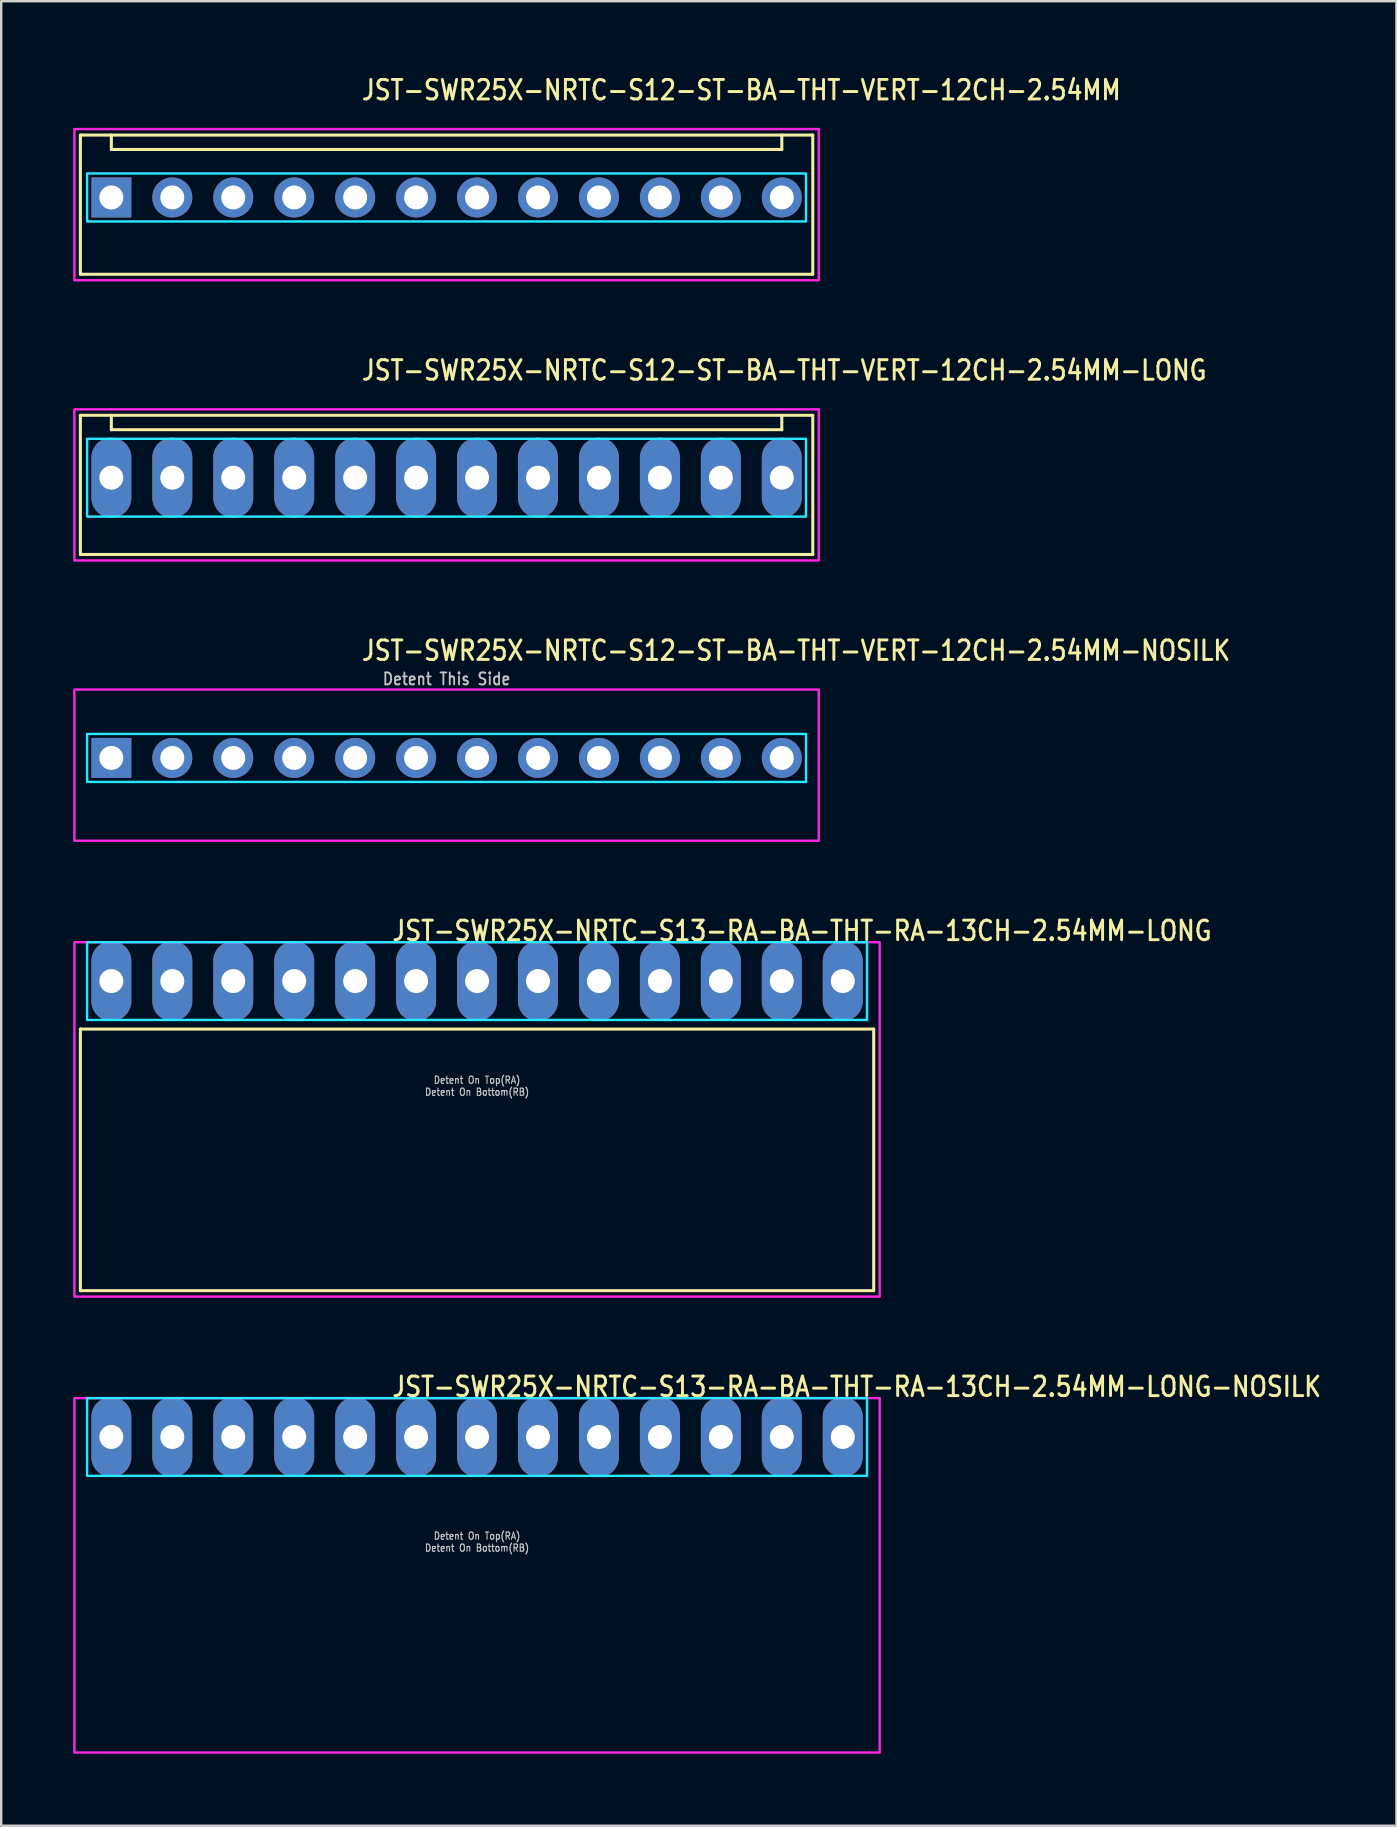
<source format=kicad_pcb>
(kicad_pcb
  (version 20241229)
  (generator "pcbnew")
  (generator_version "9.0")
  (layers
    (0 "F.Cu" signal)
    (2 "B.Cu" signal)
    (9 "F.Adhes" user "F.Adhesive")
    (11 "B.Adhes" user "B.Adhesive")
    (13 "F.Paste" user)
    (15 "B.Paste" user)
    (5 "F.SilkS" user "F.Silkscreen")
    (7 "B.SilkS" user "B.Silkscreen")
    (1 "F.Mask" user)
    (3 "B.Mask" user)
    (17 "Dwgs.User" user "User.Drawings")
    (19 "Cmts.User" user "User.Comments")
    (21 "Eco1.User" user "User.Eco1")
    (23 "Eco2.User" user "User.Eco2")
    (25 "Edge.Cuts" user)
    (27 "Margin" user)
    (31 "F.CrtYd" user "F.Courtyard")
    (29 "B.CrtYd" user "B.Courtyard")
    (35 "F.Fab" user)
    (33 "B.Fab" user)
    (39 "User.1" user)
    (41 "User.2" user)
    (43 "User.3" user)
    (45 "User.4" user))
  (footprint "JST-SWR25X-NRTC-S12-ST-BA-THT-VERT-12CH-2.54MM"
    (layer "F.Cu")
    (at 15.56 5.179)
    (property "Reference" "JST-SWR25X-NRTC-S12-ST-BA-THT-VERT-12CH-2.54MM" (at -3.6 -4 0) (unlocked yes) (layer "F.SilkS") (effects (font (size 0.813 0.695) (thickness 0.122)) (justify left bottom)))
    (fp_line (start -15.26 -2.6) (end 15.26 -2.6) (stroke (width 0.127) (type solid)) (layer "F.SilkS"))
    (fp_line (start -15.26 3.2) (end -15.26 -2.6) (stroke (width 0.127) (type solid)) (layer "F.SilkS"))
    (fp_line (start -15.26 3.2) (end 15.26 3.2) (stroke (width 0.127) (type solid)) (layer "F.SilkS"))
    (fp_line (start -13.97 -2.6) (end -13.97 -2) (stroke (width 0.127) (type solid)) (layer "F.SilkS"))
    (fp_line (start -13.97 -2) (end 13.97 -2) (stroke (width 0.127) (type solid)) (layer "F.SilkS"))
    (fp_line (start 13.97 -2.6) (end 13.97 -2) (stroke (width 0.127) (type solid)) (layer "F.SilkS"))
    (fp_line (start 15.26 -2.6) (end 15.26 3.2) (stroke (width 0.127) (type solid)) (layer "F.SilkS"))
    (fp_poly (pts (xy -14.98 -1) (xy -14.98 1) (xy 14.98 1) (xy 14.98 -1)) (stroke (width 0.1) (type solid)) (fill no) (layer "B.CrtYd"))
    (fp_poly (pts (xy -15.51 -2.85) (xy -15.51 3.45) (xy 15.51 3.45) (xy 15.51 -2.85)) (stroke (width 0.1) (type solid)) (fill no) (layer "F.CrtYd"))
    (pad "P$1" thru_hole rect (at -13.97 0) (size 1.667 1.667) (drill 1) (layers "*.Cu" "*.Mask"))
    (pad "P$2" thru_hole oval (at -11.43 0) (size 1.667 1.667) (drill 1) (layers "*.Cu" "*.Mask"))
    (pad "P$3" thru_hole oval (at -8.89 0) (size 1.667 1.667) (drill 1) (layers "*.Cu" "*.Mask"))
    (pad "P$4" thru_hole oval (at -6.35 0) (size 1.667 1.667) (drill 1) (layers "*.Cu" "*.Mask"))
    (pad "P$5" thru_hole oval (at -3.81 0) (size 1.667 1.667) (drill 1) (layers "*.Cu" "*.Mask"))
    (pad "P$6" thru_hole oval (at -1.27 0) (size 1.667 1.667) (drill 1) (layers "*.Cu" "*.Mask"))
    (pad "P$7" thru_hole oval (at 1.27 0) (size 1.667 1.667) (drill 1) (layers "*.Cu" "*.Mask"))
    (pad "P$8" thru_hole oval (at 3.81 0) (size 1.667 1.667) (drill 1) (layers "*.Cu" "*.Mask"))
    (pad "P$9" thru_hole oval (at 6.35 0) (size 1.667 1.667) (drill 1) (layers "*.Cu" "*.Mask"))
    (pad "P$10" thru_hole oval (at 8.89 0) (size 1.667 1.667) (drill 1) (layers "*.Cu" "*.Mask"))
    (pad "P$11" thru_hole oval (at 11.43 0) (size 1.667 1.667) (drill 1) (layers "*.Cu" "*.Mask"))
    (pad "P$12" thru_hole oval (at 13.97 0) (size 1.667 1.667) (drill 1) (layers "*.Cu" "*.Mask")))
  (footprint "JST-SWR25X-NRTC-S13-RA-BA-THT-RA-13CH-2.54MM-LONG-NOSILK"
    (layer "F.Cu")
    (at 16.83 56.833)
    (property "Reference" "JST-SWR25X-NRTC-S13-RA-BA-THT-RA-13CH-2.54MM-LONG-NOSILK" (at -3.6 -1.62 0) (unlocked yes) (layer "F.SilkS") (effects (font (size 0.813 0.695) (thickness 0.122)) (justify left bottom)))
    (fp_poly (pts (xy -16.25 -1.62) (xy -16.25 1.62) (xy 16.25 1.62) (xy 16.25 -1.62)) (stroke (width 0.1) (type solid)) (fill no) (layer "B.CrtYd"))
    (fp_poly (pts (xy -16.78 -1.62) (xy -16.78 13.15) (xy 16.78 13.15) (xy 16.78 -1.62)) (stroke (width 0.1) (type solid)) (fill no) (layer "F.CrtYd"))
    (fp_text user "Detent On Bottom(RB)" (at 0 4.8 0) (unlocked yes) (layer "Dwgs.User") (effects (font (size 0.3 0.257) (thickness 0.045)) (justify bottom)))
    (fp_text user "Detent On Top(RA)" (at 0 4.3 0) (unlocked yes) (layer "Dwgs.User") (effects (font (size 0.3 0.257) (thickness 0.045)) (justify bottom)))
    (pad "P$1" thru_hole oval (at -15.24 0 90) (size 3.333 1.667) (drill 1) (layers "*.Cu" "*.Mask"))
    (pad "P$2" thru_hole oval (at -12.7 0 90) (size 3.333 1.667) (drill 1) (layers "*.Cu" "*.Mask"))
    (pad "P$3" thru_hole oval (at -10.16 0 90) (size 3.333 1.667) (drill 1) (layers "*.Cu" "*.Mask"))
    (pad "P$4" thru_hole oval (at -7.62 0 90) (size 3.333 1.667) (drill 1) (layers "*.Cu" "*.Mask"))
    (pad "P$5" thru_hole oval (at -5.08 0 90) (size 3.333 1.667) (drill 1) (layers "*.Cu" "*.Mask"))
    (pad "P$6" thru_hole oval (at -2.54 0 90) (size 3.333 1.667) (drill 1) (layers "*.Cu" "*.Mask"))
    (pad "P$7" thru_hole oval (at 0 0 90) (size 3.333 1.667) (drill 1) (layers "*.Cu" "*.Mask"))
    (pad "P$8" thru_hole oval (at 2.54 0 90) (size 3.333 1.667) (drill 1) (layers "*.Cu" "*.Mask"))
    (pad "P$9" thru_hole oval (at 5.08 0 90) (size 3.333 1.667) (drill 1) (layers "*.Cu" "*.Mask"))
    (pad "P$10" thru_hole oval (at 7.62 0 90) (size 3.333 1.667) (drill 1) (layers "*.Cu" "*.Mask"))
    (pad "P$11" thru_hole oval (at 10.16 0 90) (size 3.333 1.667) (drill 1) (layers "*.Cu" "*.Mask"))
    (pad "P$12" thru_hole oval (at 12.7 0 90) (size 3.333 1.667) (drill 1) (layers "*.Cu" "*.Mask"))
    (pad "P$13" thru_hole oval (at 15.24 0 90) (size 3.333 1.667) (drill 1) (layers "*.Cu" "*.Mask")))
  (footprint "JST-SWR25X-NRTC-S12-ST-BA-THT-VERT-12CH-2.54MM-LONG"
    (layer "F.Cu")
    (at 15.56 16.857)
    (property "Reference" "JST-SWR25X-NRTC-S12-ST-BA-THT-VERT-12CH-2.54MM-LONG" (at -3.6 -4 0) (unlocked yes) (layer "F.SilkS") (effects (font (size 0.813 0.695) (thickness 0.122)) (justify left bottom)))
    (fp_line (start -15.26 -2.6) (end 15.26 -2.6) (stroke (width 0.127) (type solid)) (layer "F.SilkS"))
    (fp_line (start -15.26 3.2) (end -15.26 -2.6) (stroke (width 0.127) (type solid)) (layer "F.SilkS"))
    (fp_line (start -15.26 3.2) (end 15.26 3.2) (stroke (width 0.127) (type solid)) (layer "F.SilkS"))
    (fp_line (start -13.97 -2.6) (end -13.97 -2) (stroke (width 0.127) (type solid)) (layer "F.SilkS"))
    (fp_line (start -13.97 -2) (end 13.97 -2) (stroke (width 0.127) (type solid)) (layer "F.SilkS"))
    (fp_line (start 13.97 -2.6) (end 13.97 -2) (stroke (width 0.127) (type solid)) (layer "F.SilkS"))
    (fp_line (start 15.26 -2.6) (end 15.26 3.2) (stroke (width 0.127) (type solid)) (layer "F.SilkS"))
    (fp_poly (pts (xy -14.98 -1.62) (xy -14.98 1.62) (xy 14.98 1.62) (xy 14.98 -1.62)) (stroke (width 0.1) (type solid)) (fill no) (layer "B.CrtYd"))
    (fp_poly (pts (xy -15.51 -2.85) (xy -15.51 3.45) (xy 15.51 3.45) (xy 15.51 -2.85)) (stroke (width 0.1) (type solid)) (fill no) (layer "F.CrtYd"))
    (pad "P$1" thru_hole oval (at -13.97 0 90) (size 3.333 1.667) (drill 1) (layers "*.Cu" "*.Mask"))
    (pad "P$2" thru_hole oval (at -11.43 0 90) (size 3.333 1.667) (drill 1) (layers "*.Cu" "*.Mask"))
    (pad "P$3" thru_hole oval (at -8.89 0 90) (size 3.333 1.667) (drill 1) (layers "*.Cu" "*.Mask"))
    (pad "P$4" thru_hole oval (at -6.35 0 90) (size 3.333 1.667) (drill 1) (layers "*.Cu" "*.Mask"))
    (pad "P$5" thru_hole oval (at -3.81 0 90) (size 3.333 1.667) (drill 1) (layers "*.Cu" "*.Mask"))
    (pad "P$6" thru_hole oval (at -1.27 0 90) (size 3.333 1.667) (drill 1) (layers "*.Cu" "*.Mask"))
    (pad "P$7" thru_hole oval (at 1.27 0 90) (size 3.333 1.667) (drill 1) (layers "*.Cu" "*.Mask"))
    (pad "P$8" thru_hole oval (at 3.81 0 90) (size 3.333 1.667) (drill 1) (layers "*.Cu" "*.Mask"))
    (pad "P$9" thru_hole oval (at 6.35 0 90) (size 3.333 1.667) (drill 1) (layers "*.Cu" "*.Mask"))
    (pad "P$10" thru_hole oval (at 8.89 0 90) (size 3.333 1.667) (drill 1) (layers "*.Cu" "*.Mask"))
    (pad "P$11" thru_hole oval (at 11.43 0 90) (size 3.333 1.667) (drill 1) (layers "*.Cu" "*.Mask"))
    (pad "P$12" thru_hole oval (at 13.97 0 90) (size 3.333 1.667) (drill 1) (layers "*.Cu" "*.Mask")))
  (footprint "JST-SWR25X-NRTC-S12-ST-BA-THT-VERT-12CH-2.54MM-NOSILK"
    (layer "F.Cu")
    (at 15.56 28.536)
    (property "Reference" "JST-SWR25X-NRTC-S12-ST-BA-THT-VERT-12CH-2.54MM-NOSILK" (at -3.6 -4 0) (unlocked yes) (layer "F.SilkS") (effects (font (size 0.813 0.695) (thickness 0.122)) (justify left bottom)))
    (fp_poly (pts (xy -14.98 -1) (xy -14.98 1) (xy 14.98 1) (xy 14.98 -1)) (stroke (width 0.1) (type solid)) (fill no) (layer "B.CrtYd"))
    (fp_poly (pts (xy -15.51 -2.85) (xy -15.51 3.45) (xy 15.51 3.45) (xy 15.51 -2.85)) (stroke (width 0.1) (type solid)) (fill no) (layer "F.CrtYd"))
    (fp_text user "Detent This Side" (at 0 -3 0) (unlocked yes) (layer "Dwgs.User") (effects (font (size 0.5 0.427) (thickness 0.075)) (justify bottom)))
    (pad "P$1" thru_hole rect (at -13.97 0) (size 1.667 1.667) (drill 1) (layers "*.Cu" "*.Mask"))
    (pad "P$2" thru_hole oval (at -11.43 0) (size 1.667 1.667) (drill 1) (layers "*.Cu" "*.Mask"))
    (pad "P$3" thru_hole oval (at -8.89 0) (size 1.667 1.667) (drill 1) (layers "*.Cu" "*.Mask"))
    (pad "P$4" thru_hole oval (at -6.35 0) (size 1.667 1.667) (drill 1) (layers "*.Cu" "*.Mask"))
    (pad "P$5" thru_hole oval (at -3.81 0) (size 1.667 1.667) (drill 1) (layers "*.Cu" "*.Mask"))
    (pad "P$6" thru_hole oval (at -1.27 0) (size 1.667 1.667) (drill 1) (layers "*.Cu" "*.Mask"))
    (pad "P$7" thru_hole oval (at 1.27 0) (size 1.667 1.667) (drill 1) (layers "*.Cu" "*.Mask"))
    (pad "P$8" thru_hole oval (at 3.81 0) (size 1.667 1.667) (drill 1) (layers "*.Cu" "*.Mask"))
    (pad "P$9" thru_hole oval (at 6.35 0) (size 1.667 1.667) (drill 1) (layers "*.Cu" "*.Mask"))
    (pad "P$10" thru_hole oval (at 8.89 0) (size 1.667 1.667) (drill 1) (layers "*.Cu" "*.Mask"))
    (pad "P$11" thru_hole oval (at 11.43 0) (size 1.667 1.667) (drill 1) (layers "*.Cu" "*.Mask"))
    (pad "P$12" thru_hole oval (at 13.97 0) (size 1.667 1.667) (drill 1) (layers "*.Cu" "*.Mask")))
  (footprint "JST-SWR25X-NRTC-S13-RA-BA-THT-RA-13CH-2.54MM-LONG"
    (layer "F.Cu")
    (at 16.83 37.834)
    (property "Reference" "JST-SWR25X-NRTC-S13-RA-BA-THT-RA-13CH-2.54MM-LONG" (at -3.6 -1.62 0) (unlocked yes) (layer "F.SilkS") (effects (font (size 0.813 0.695) (thickness 0.122)) (justify left bottom)))
    (fp_line (start -16.53 2) (end 16.53 2) (stroke (width 0.127) (type solid)) (layer "F.SilkS"))
    (fp_line (start -16.53 12.9) (end -16.53 2) (stroke (width 0.127) (type solid)) (layer "F.SilkS"))
    (fp_line (start -16.53 12.9) (end 16.53 12.9) (stroke (width 0.127) (type solid)) (layer "F.SilkS"))
    (fp_line (start 16.53 2) (end 16.53 12.9) (stroke (width 0.127) (type solid)) (layer "F.SilkS"))
    (fp_poly (pts (xy -16.25 -1.62) (xy -16.25 1.62) (xy 16.25 1.62) (xy 16.25 -1.62)) (stroke (width 0.1) (type solid)) (fill no) (layer "B.CrtYd"))
    (fp_poly (pts (xy -16.78 -1.62) (xy -16.78 13.15) (xy 16.78 13.15) (xy 16.78 -1.62)) (stroke (width 0.1) (type solid)) (fill no) (layer "F.CrtYd"))
    (fp_text user "Detent On Top(RA)" (at 0 4.3 0) (unlocked yes) (layer "Dwgs.User") (effects (font (size 0.3 0.257) (thickness 0.045)) (justify bottom)))
    (fp_text user "Detent On Bottom(RB)" (at 0 4.8 0) (unlocked yes) (layer "Dwgs.User") (effects (font (size 0.3 0.257) (thickness 0.045)) (justify bottom)))
    (pad "P$1" thru_hole oval (at -15.24 0 90) (size 3.333 1.667) (drill 1) (layers "*.Cu" "*.Mask"))
    (pad "P$2" thru_hole oval (at -12.7 0 90) (size 3.333 1.667) (drill 1) (layers "*.Cu" "*.Mask"))
    (pad "P$3" thru_hole oval (at -10.16 0 90) (size 3.333 1.667) (drill 1) (layers "*.Cu" "*.Mask"))
    (pad "P$4" thru_hole oval (at -7.62 0 90) (size 3.333 1.667) (drill 1) (layers "*.Cu" "*.Mask"))
    (pad "P$5" thru_hole oval (at -5.08 0 90) (size 3.333 1.667) (drill 1) (layers "*.Cu" "*.Mask"))
    (pad "P$6" thru_hole oval (at -2.54 0 90) (size 3.333 1.667) (drill 1) (layers "*.Cu" "*.Mask"))
    (pad "P$7" thru_hole oval (at 0 0 90) (size 3.333 1.667) (drill 1) (layers "*.Cu" "*.Mask"))
    (pad "P$8" thru_hole oval (at 2.54 0 90) (size 3.333 1.667) (drill 1) (layers "*.Cu" "*.Mask"))
    (pad "P$9" thru_hole oval (at 5.08 0 90) (size 3.333 1.667) (drill 1) (layers "*.Cu" "*.Mask"))
    (pad "P$10" thru_hole oval (at 7.62 0 90) (size 3.333 1.667) (drill 1) (layers "*.Cu" "*.Mask"))
    (pad "P$11" thru_hole oval (at 10.16 0 90) (size 3.333 1.667) (drill 1) (layers "*.Cu" "*.Mask"))
    (pad "P$12" thru_hole oval (at 12.7 0 90) (size 3.333 1.667) (drill 1) (layers "*.Cu" "*.Mask"))
    (pad "P$13" thru_hole oval (at 15.24 0 90) (size 3.333 1.667) (drill 1) (layers "*.Cu" "*.Mask")))
  (gr_rect
    (start -3 -3)
    (end 55.142 73.033)
    (stroke (width 0.1) (type default))
    (fill no)
    (layer "Edge.Cuts")))
</source>
